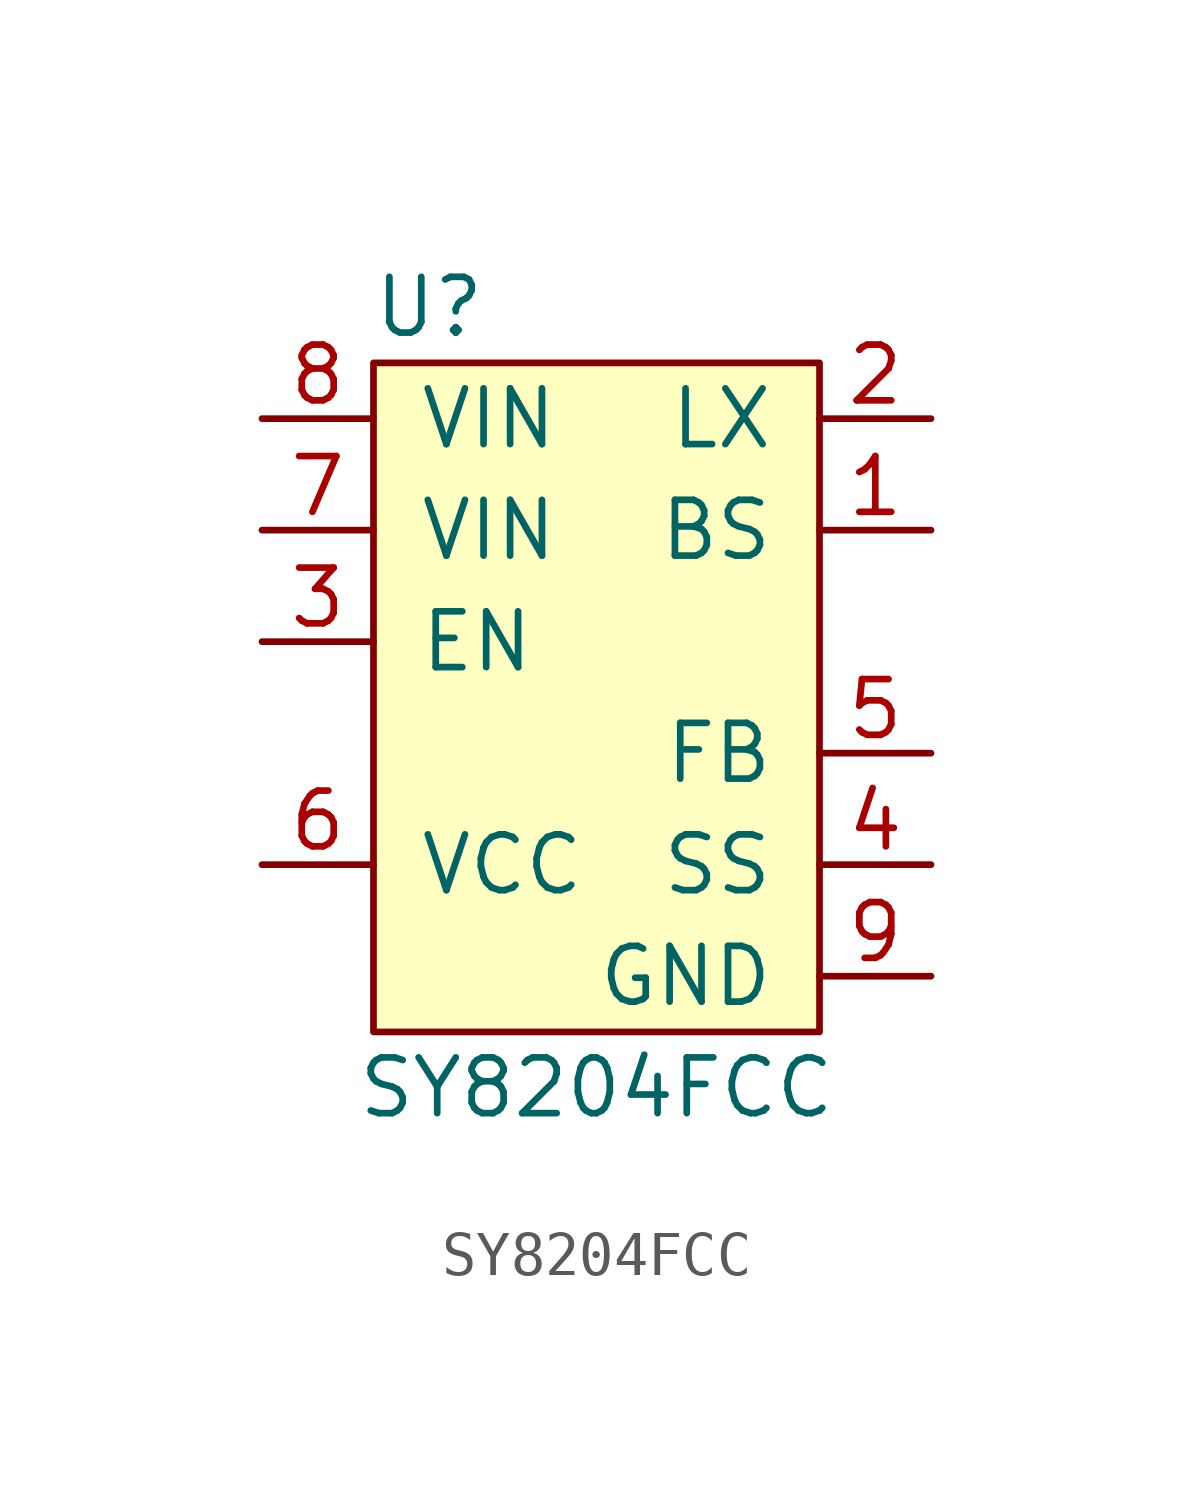
<source format=kicad_sym>
(kicad_symbol_lib
  (version 20211014)
  (generator kicad_symbol_editor)
  (symbol "SY8204FCC"
    (pin_names
      (offset 1.016))
    (property "Reference" "U"
      (at -3.81 7.62 0)
      (effects (font (size 1.27 1.27))))
    (property "Value" "SY8204FCC"
      (at 0 -10.16 0)
      (effects (font (size 1.27 1.27))))
    (symbol "SY8204FCC_0_1"
      (rectangle (start -5.08 6.35) (end 5.08 -8.89) (stroke (width 0) (type default) (color 0 0 0 0)) (fill (type background))))
    (symbol "SY8204FCC_1_1"
      (pin passive line (at 7.62 2.54 180) (length 2.54) (name "BS" (effects (font (size 1.27 1.27)))) (number "1" (effects (font (size 1.27 1.27)))))
      (pin passive line (at 7.62 5.08 180) (length 2.54) (name "LX" (effects (font (size 1.27 1.27)))) (number "2" (effects (font (size 1.27 1.27)))))
      (pin passive line (at -7.62 0 0) (length 2.54) (name "EN" (effects (font (size 1.27 1.27)))) (number "3" (effects (font (size 1.27 1.27)))))
      (pin passive line (at 7.62 -5.08 180) (length 2.54) (name "SS" (effects (font (size 1.27 1.27)))) (number "4" (effects (font (size 1.27 1.27)))))
      (pin passive line (at 7.62 -2.54 180) (length 2.54) (name "FB" (effects (font (size 1.27 1.27)))) (number "5" (effects (font (size 1.27 1.27)))))
      (pin passive line (at -7.62 -5.08 0) (length 2.54) (name "VCC" (effects (font (size 1.27 1.27)))) (number "6" (effects (font (size 1.27 1.27)))))
      (pin passive line (at -7.62 2.54 0) (length 2.54) (name "VIN" (effects (font (size 1.27 1.27)))) (number "7" (effects (font (size 1.27 1.27)))))
      (pin passive line (at -7.62 5.08 0) (length 2.54) (name "VIN" (effects (font (size 1.27 1.27)))) (number "8" (effects (font (size 1.27 1.27)))))
      (pin passive line (at 7.62 -7.62 180) (length 2.54) (name "GND" (effects (font (size 1.27 1.27)))) (number "9" (effects (font (size 1.27 1.27))))))))
</source>
